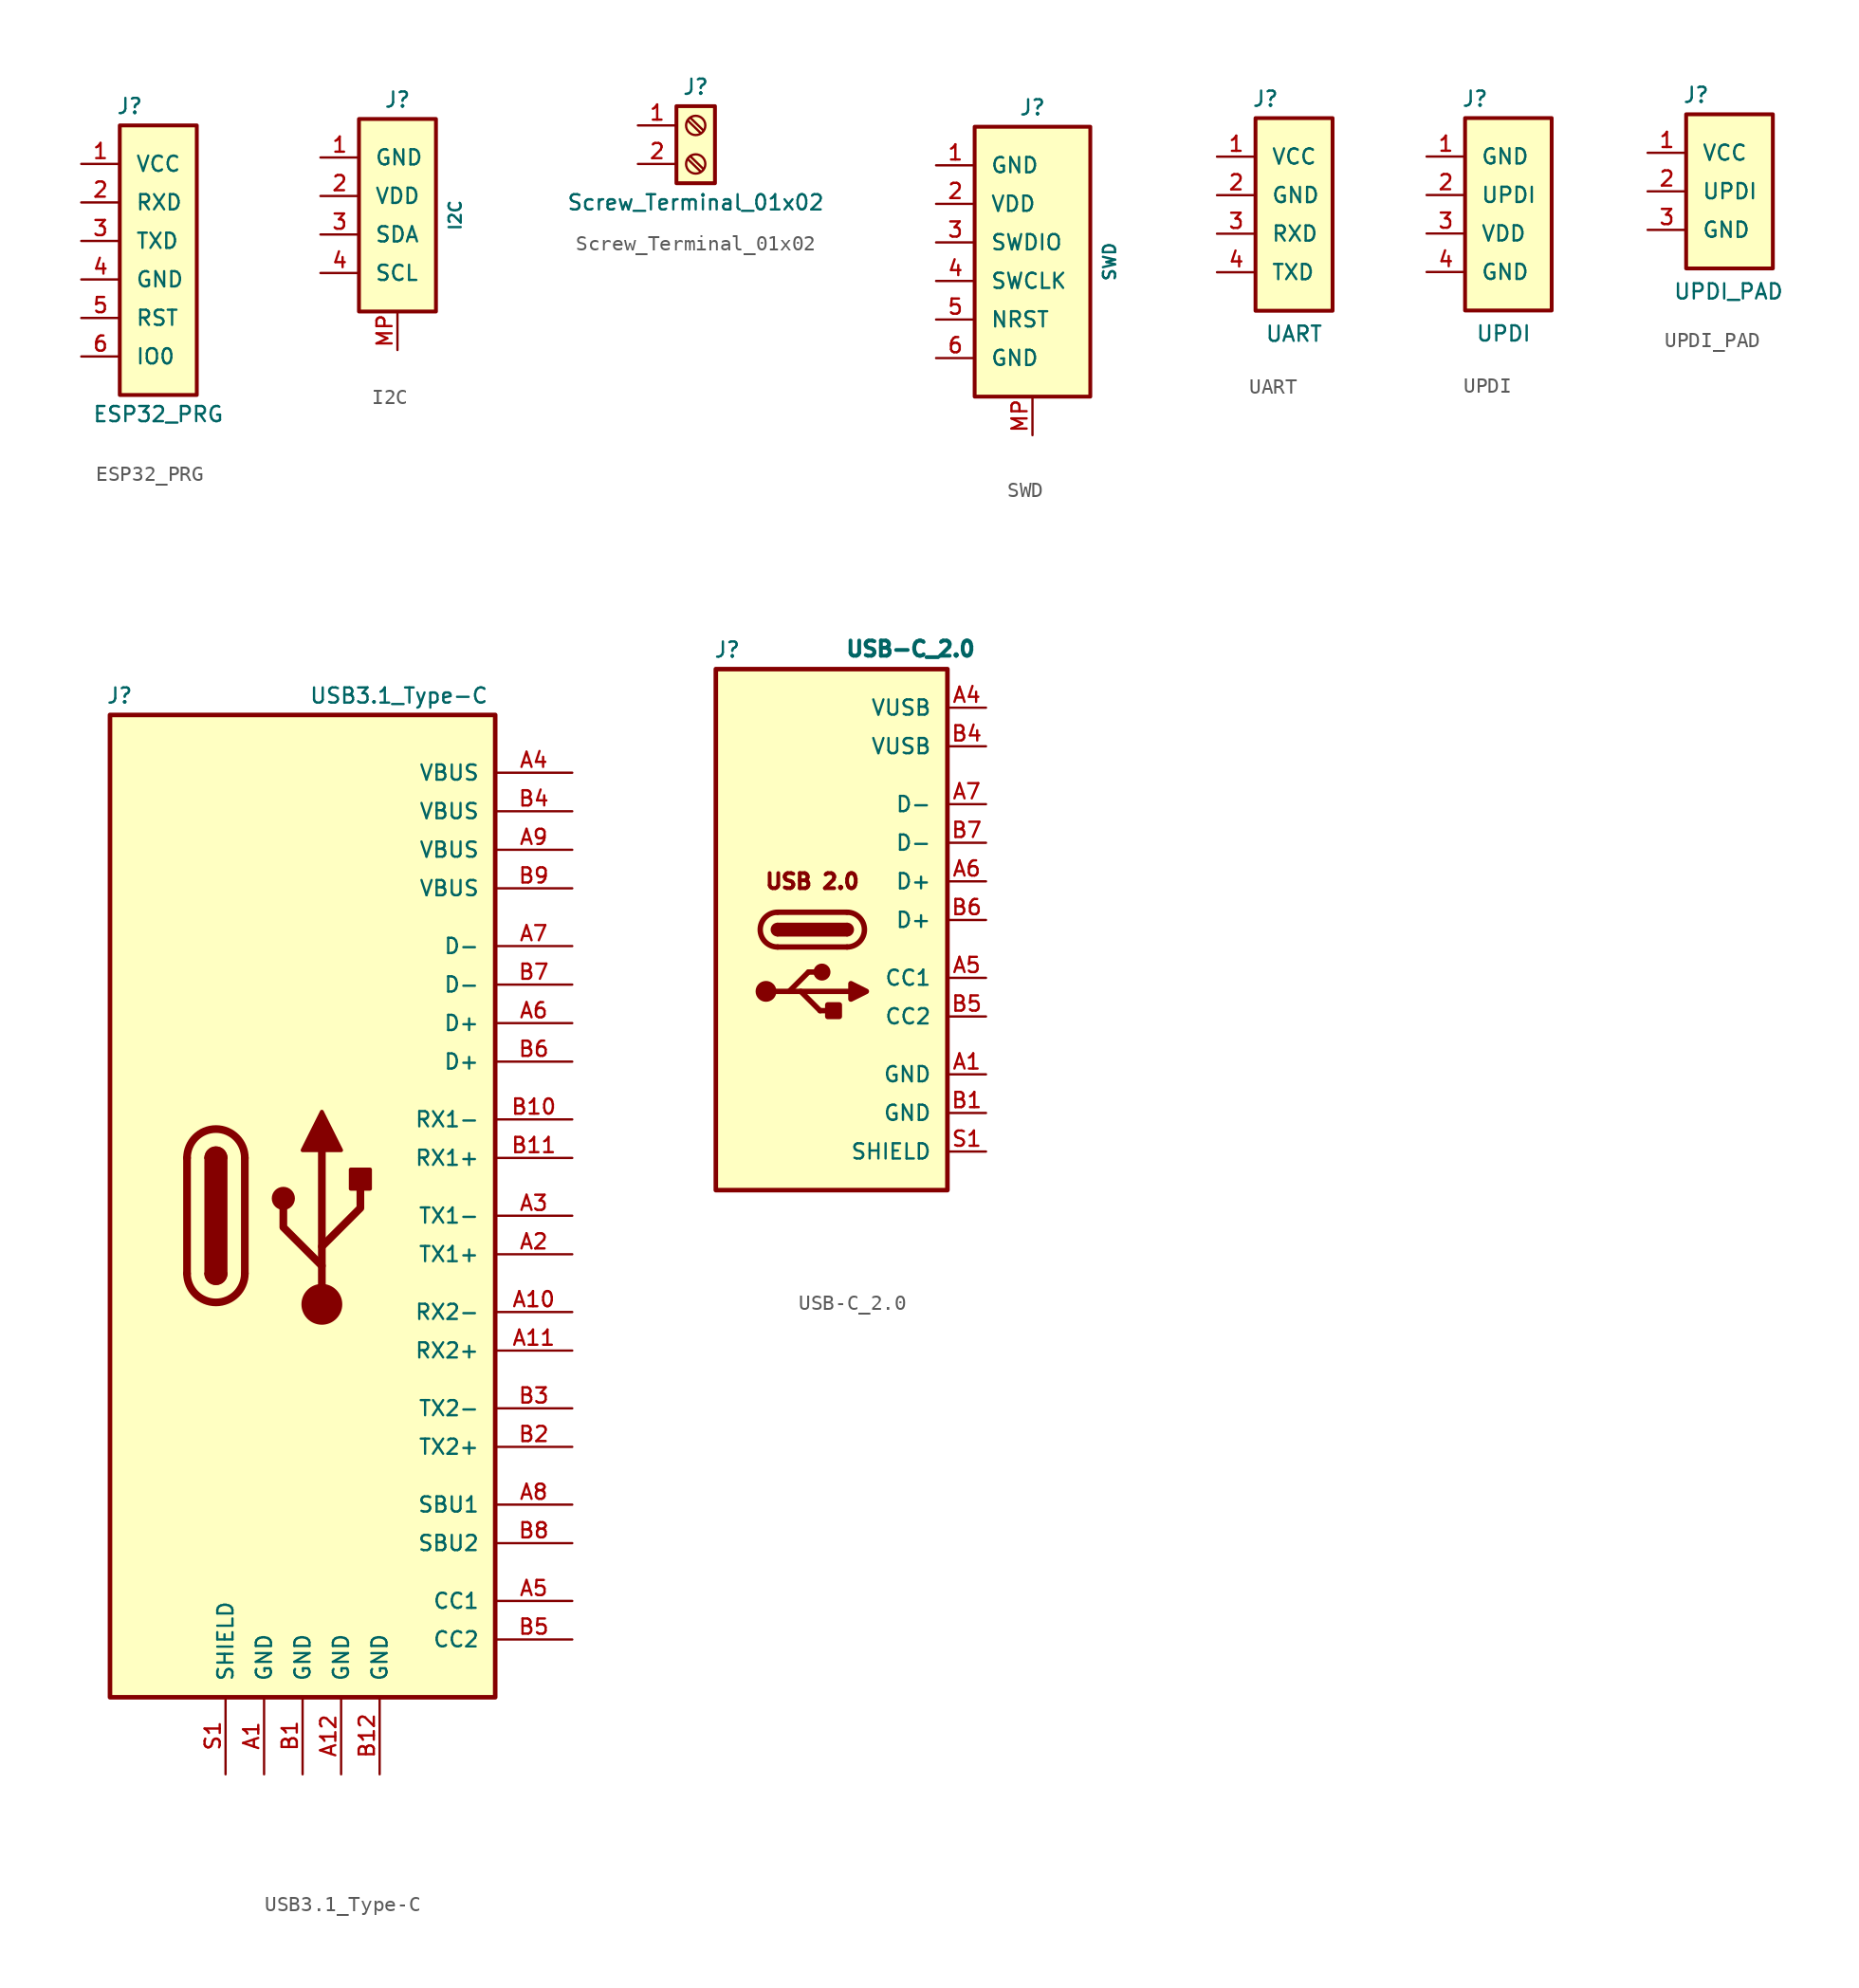
<source format=kicad_sym>
(kicad_symbol_lib
  (version 20201005)
  (generator kicad_symbol_editor)
  (symbol "HDLib_Connector:ESP32_PRG"
    (pin_names
      (offset 1.016))
    (property "Reference" "J"
      (at -2.794 8.89 0)
      (effects (font (size 1 1)) (justify left)))
    (property "Value" "ESP32_PRG"
      (at 0 -11.43 0)
      (effects (font (size 1 1))))
    (symbol "ESP32_PRG_0_1"
      (rectangle (start -2.54 7.62) (end 2.54 -10.16) (stroke (width 0.254)) (fill (type background))))
    (symbol "ESP32_PRG_1_1"
      (pin power_in line (at -5.08 5.08 0) (length 2.54) (name "VCC" (effects (font (size 1 1)))) (number "1" (effects (font (size 1 1)))))
      (pin passive line (at -5.08 2.54 0) (length 2.54) (name "RXD" (effects (font (size 1 1)))) (number "2" (effects (font (size 1 1)))))
      (pin passive line (at -5.08 0 0) (length 2.54) (name "TXD" (effects (font (size 1 1)))) (number "3" (effects (font (size 1 1)))))
      (pin power_in line (at -5.08 -2.54 0) (length 2.54) (name "GND" (effects (font (size 1 1)))) (number "4" (effects (font (size 1 1)))))
      (pin passive line (at -5.08 -5.08 0) (length 2.54) (name "RST" (effects (font (size 1 1)))) (number "5" (effects (font (size 1 1)))))
      (pin power_in line (at -5.08 -7.62 0) (length 2.54) (name "IO0" (effects (font (size 1 1)))) (number "6" (effects (font (size 1 1)))))))
  (symbol "HDLib_Connector:I2C"
    (pin_names
      (offset 1.016))
    (property "Reference" "J"
      (at 0 7.62 0)
      (effects (font (size 1 1))))
    (property "Value" "I2C"
      (at 3.81 0 90)
      (effects (font (size 0.8 0.8))))
    (symbol "I2C_0_1"
      (rectangle (start -2.54 6.35) (end 2.54 -6.35) (stroke (width 0.254)) (fill (type background))))
    (symbol "I2C_1_1"
      (pin power_in line (at -5.08 3.81 0) (length 2.54) (name "GND" (effects (font (size 1 1)))) (number "1" (effects (font (size 1 1)))))
      (pin power_in line (at -5.08 1.27 0) (length 2.54) (name "VDD" (effects (font (size 1 1)))) (number "2" (effects (font (size 1 1)))))
      (pin bidirectional line (at -5.08 -1.27 0) (length 2.54) (name "SDA" (effects (font (size 1 1)))) (number "3" (effects (font (size 1 1)))))
      (pin bidirectional line (at -5.08 -3.81 0) (length 2.54) (name "SCL" (effects (font (size 1 1)))) (number "4" (effects (font (size 1 1)))))
      (pin passive line (at 0 -8.89 90) (length 2.54) (name "~" (effects (font (size 1 1)))) (number "MP" (effects (font (size 1 1)))))))
  (symbol "HDLib_Connector:Screw_Terminal_01x02"
    (pin_names
      (offset 1.016) hide)
    (property "Reference" "J"
      (at 0 3.81 0)
      (effects (font (size 1 1))))
    (property "Value" "Screw_Terminal_01x02"
      (at 0 -3.81 0)
      (effects (font (size 1 1))))
    (symbol "Screw_Terminal_01x02_1_1"
      (circle (center 0 -1.27) (radius 0.635) (stroke (width 0.152)) (fill (type none)))
      (circle (center 0 1.27) (radius 0.635) (stroke (width 0.152)) (fill (type none)))
      (rectangle (start -1.27 2.54) (end 1.27 -2.54) (stroke (width 0.254)) (fill (type background)))
      (polyline (pts (xy -0.533 -0.94) (xy 0.33 -1.778)) (stroke (width 0.152)) (fill (type none)))
      (polyline (pts (xy -0.533 1.6) (xy 0.33 0.762)) (stroke (width 0.152)) (fill (type none)))
      (polyline (pts (xy -0.356 -0.762) (xy 0.508 -1.6)) (stroke (width 0.152)) (fill (type none)))
      (polyline (pts (xy -0.356 1.778) (xy 0.508 0.94)) (stroke (width 0.152)) (fill (type none)))
      (pin passive line (at -3.81 1.27 0) (length 2.54) (name "Pin_1" (effects (font (size 1 1)))) (number "1" (effects (font (size 1 1)))))
      (pin passive line (at -3.81 -1.27 0) (length 2.54) (name "Pin_2" (effects (font (size 1 1)))) (number "2" (effects (font (size 1 1)))))))
  (symbol "HDLib_Connector:SWD"
    (pin_names
      (offset 1.016))
    (property "Reference" "J"
      (at 0 10.16 0)
      (effects (font (size 1 1))))
    (property "Value" "SWD"
      (at 5.08 0 90)
      (effects (font (size 0.8 0.8))))
    (symbol "SWD_0_1"
      (rectangle (start -3.81 8.89) (end 3.81 -8.89) (stroke (width 0.254)) (fill (type background))))
    (symbol "SWD_1_1"
      (pin power_in line (at -6.35 6.35 0) (length 2.54) (name "GND" (effects (font (size 1 1)))) (number "1" (effects (font (size 1 1)))))
      (pin power_in line (at -6.35 3.81 0) (length 2.54) (name "VDD" (effects (font (size 1 1)))) (number "2" (effects (font (size 1 1)))))
      (pin bidirectional line (at -6.35 1.27 0) (length 2.54) (name "SWDIO" (effects (font (size 1 1)))) (number "3" (effects (font (size 1 1)))))
      (pin bidirectional line (at -6.35 -1.27 0) (length 2.54) (name "SWCLK" (effects (font (size 1 1)))) (number "4" (effects (font (size 1 1)))))
      (pin bidirectional line (at -6.35 -3.81 0) (length 2.54) (name "NRST" (effects (font (size 1 1)))) (number "5" (effects (font (size 1 1)))))
      (pin power_in line (at -6.35 -6.35 0) (length 2.54) (name "GND" (effects (font (size 1 1)))) (number "6" (effects (font (size 1 1)))))
      (pin passive line (at 0 -11.43 90) (length 2.54) (name "~" (effects (font (size 1 1)))) (number "MP" (effects (font (size 1 1)))))))
  (symbol "HDLib_Connector:UART"
    (pin_names
      (offset 1.016))
    (property "Reference" "J"
      (at -2.794 7.62 0)
      (effects (font (size 1 1)) (justify left)))
    (property "Value" "UART"
      (at 0 -7.874 0)
      (effects (font (size 1 1))))
    (symbol "UART_0_1"
      (rectangle (start -2.54 6.35) (end 2.54 -6.35) (stroke (width 0.254)) (fill (type background))))
    (symbol "UART_1_1"
      (pin power_in line (at -5.08 3.81 0) (length 2.54) (name "VCC" (effects (font (size 1 1)))) (number "1" (effects (font (size 1 1)))))
      (pin power_in line (at -5.08 1.27 0) (length 2.54) (name "GND" (effects (font (size 1 1)))) (number "2" (effects (font (size 1 1)))))
      (pin passive line (at -5.08 -1.27 0) (length 2.54) (name "RXD" (effects (font (size 1 1)))) (number "3" (effects (font (size 1 1)))))
      (pin passive line (at -5.08 -3.81 0) (length 2.54) (name "TXD" (effects (font (size 1 1)))) (number "4" (effects (font (size 1 1)))))))
  (symbol "HDLib_Connector:UPDI"
    (pin_names
      (offset 1.016))
    (property "Reference" "J"
      (at -2.794 7.62 0)
      (effects (font (size 1 1)) (justify left)))
    (property "Value" "UPDI"
      (at 0 -7.874 0)
      (effects (font (size 1 1))))
    (symbol "UPDI_0_1"
      (rectangle (start -2.54 6.35) (end 3.175 -6.35) (stroke (width 0.254)) (fill (type background))))
    (symbol "UPDI_1_1"
      (pin power_in line (at -5.08 3.81 0) (length 2.54) (name "GND" (effects (font (size 1 1)))) (number "1" (effects (font (size 1 1)))))
      (pin passive line (at -5.08 1.27 0) (length 2.54) (name "UPDI" (effects (font (size 1 1)))) (number "2" (effects (font (size 1 1)))))
      (pin power_in line (at -5.08 -1.27 0) (length 2.54) (name "VDD" (effects (font (size 1 1)))) (number "3" (effects (font (size 1 1)))))
      (pin power_in line (at -5.08 -3.81 0) (length 2.54) (name "GND" (effects (font (size 1 1)))) (number "4" (effects (font (size 1 1)))))))
  (symbol "HDLib_Connector:UPDI_PAD"
    (pin_names
      (offset 1.016))
    (property "Reference" "J"
      (at -2.794 6.35 0)
      (effects (font (size 1 1)) (justify left)))
    (property "Value" "UPDI_PAD"
      (at 0.254 -6.604 0)
      (effects (font (size 1 1))))
    (symbol "UPDI_PAD_0_1"
      (rectangle (start -2.54 5.08) (end 3.175 -5.08) (stroke (width 0.254)) (fill (type background))))
    (symbol "UPDI_PAD_1_1"
      (pin power_in line (at -5.08 2.54 0) (length 2.54) (name "VCC" (effects (font (size 1 1)))) (number "1" (effects (font (size 1 1)))))
      (pin bidirectional line (at -5.08 0 0) (length 2.54) (name "UPDI" (effects (font (size 1 1)))) (number "2" (effects (font (size 1 1)))))
      (pin power_in line (at -5.08 -2.54 0) (length 2.54) (name "GND" (effects (font (size 1 1)))) (number "3" (effects (font (size 1 1)))))))
  (symbol "HDLib_Connector:USB3.1_Type-C"
    (pin_names
      (offset 1))
    (property "Reference" "J"
      (at -12.065 34.29 0)
      (effects (font (size 1 1))))
    (property "Value" "USB3.1_Type-C"
      (at 6.35 34.29 0)
      (effects (font (size 1 1))))
    (symbol "USB3.1_Type-C_0_1"
      (arc (start -7.62 -3.81) (end -3.81 -3.81) (radius (at -5.715 -3.81) (length 1.905) (angles -179.9 -0.1)) (stroke (width 0.508)) (fill (type none)))
      (arc (start -6.35 -3.81) (end -5.08 -3.81) (radius (at -5.715 -3.81) (length 0.635) (angles -179.9 -0.1)) (stroke (width 0.254)) (fill (type none)))
      (arc (start -5.08 3.81) (end -6.35 3.81) (radius (at -5.715 3.81) (length 0.635) (angles 0.1 179.9)) (stroke (width 0.254)) (fill (type none)))
      (arc (start -3.81 3.81) (end -7.62 3.81) (radius (at -5.715 3.81) (length 1.905) (angles 0.1 179.9)) (stroke (width 0.508)) (fill (type none)))
      (arc (start -6.35 -3.81) (end -5.08 -3.81) (radius (at -5.715 -3.81) (length 0.635) (angles -179.9 -0.1)) (stroke (width 0.254)) (fill (type outline)))
      (arc (start -5.08 3.81) (end -6.35 3.81) (radius (at -5.715 3.81) (length 0.635) (angles 0.1 179.9)) (stroke (width 0.254)) (fill (type outline)))
      (rectangle (start -6.35 -3.81) (end -5.08 3.81) (stroke (width 0.254)) (fill (type outline)))
      (rectangle (start -12.7 33.02) (end 12.7 -31.75) (stroke (width 0.3)) (fill (type background)))
      (polyline (pts (xy -7.62 -3.81) (xy -7.62 3.81)) (stroke (width 0.508)) (fill (type none)))
      (polyline (pts (xy -3.81 3.81) (xy -3.81 -3.81)) (stroke (width 0.508)) (fill (type none))))
    (symbol "USB3.1_Type-C_1_1"
      (circle (center -1.27 1.143) (radius 0.635) (stroke (width 0.254)) (fill (type outline)))
      (circle (center 1.27 -5.842) (radius 1.27) (stroke (width 0)) (fill (type outline)))
      (rectangle (start 3.175 1.778) (end 4.445 3.048) (stroke (width 0.254)) (fill (type outline)))
      (polyline (pts (xy 1.27 -5.842) (xy 1.27 4.318)) (stroke (width 0.508)) (fill (type none)))
      (polyline (pts (xy 1.27 -3.302) (xy -1.27 -0.762) (xy -1.27 0.508)) (stroke (width 0.508)) (fill (type none)))
      (polyline (pts (xy 1.27 -2.032) (xy 3.81 0.508) (xy 3.81 1.778)) (stroke (width 0.508)) (fill (type none)))
      (polyline (pts (xy 0 4.318) (xy 1.27 6.858) (xy 2.54 4.318) (xy 0 4.318)) (stroke (width 0.254)) (fill (type outline)))
      (pin power_in line (at -2.54 -36.83 90) (length 5.08) (name "GND" (effects (font (size 1 1)))) (number "A1" (effects (font (size 1 1)))))
      (pin bidirectional line (at 17.78 -6.35 180) (length 5.08) (name "RX2-" (effects (font (size 1 1)))) (number "A10" (effects (font (size 1 1)))))
      (pin bidirectional line (at 17.78 -8.89 180) (length 5.08) (name "RX2+" (effects (font (size 1 1)))) (number "A11" (effects (font (size 1 1)))))
      (pin power_in line (at 2.54 -36.83 90) (length 5.08) (name "GND" (effects (font (size 1 1)))) (number "A12" (effects (font (size 1 1)))))
      (pin bidirectional line (at 17.78 -2.54 180) (length 5.08) (name "TX1+" (effects (font (size 1 1)))) (number "A2" (effects (font (size 1 1)))))
      (pin bidirectional line (at 17.78 0 180) (length 5.08) (name "TX1-" (effects (font (size 1 1)))) (number "A3" (effects (font (size 1 1)))))
      (pin power_in line (at 17.78 29.21 180) (length 5.08) (name "VBUS" (effects (font (size 1 1)))) (number "A4" (effects (font (size 1 1)))))
      (pin bidirectional line (at 17.78 -25.4 180) (length 5.08) (name "CC1" (effects (font (size 1 1)))) (number "A5" (effects (font (size 1 1)))))
      (pin bidirectional line (at 17.78 12.7 180) (length 5.08) (name "D+" (effects (font (size 1 1)))) (number "A6" (effects (font (size 1 1)))))
      (pin bidirectional line (at 17.78 17.78 180) (length 5.08) (name "D-" (effects (font (size 1 1)))) (number "A7" (effects (font (size 1 1)))))
      (pin bidirectional line (at 17.78 -19.05 180) (length 5.08) (name "SBU1" (effects (font (size 1 1)))) (number "A8" (effects (font (size 1 1)))))
      (pin power_in line (at 17.78 24.13 180) (length 5.08) (name "VBUS" (effects (font (size 1 1)))) (number "A9" (effects (font (size 1 1)))))
      (pin power_in line (at 0 -36.83 90) (length 5.08) (name "GND" (effects (font (size 1 1)))) (number "B1" (effects (font (size 1 1)))))
      (pin bidirectional line (at 17.78 6.35 180) (length 5.08) (name "RX1-" (effects (font (size 1 1)))) (number "B10" (effects (font (size 1 1)))))
      (pin bidirectional line (at 17.78 3.81 180) (length 5.08) (name "RX1+" (effects (font (size 1 1)))) (number "B11" (effects (font (size 1 1)))))
      (pin power_in line (at 5.08 -36.83 90) (length 5.08) (name "GND" (effects (font (size 1 1)))) (number "B12" (effects (font (size 1 1)))))
      (pin bidirectional line (at 17.78 -15.24 180) (length 5.08) (name "TX2+" (effects (font (size 1 1)))) (number "B2" (effects (font (size 1 1)))))
      (pin bidirectional line (at 17.78 -12.7 180) (length 5.08) (name "TX2-" (effects (font (size 1 1)))) (number "B3" (effects (font (size 1 1)))))
      (pin power_in line (at 17.78 26.67 180) (length 5.08) (name "VBUS" (effects (font (size 1 1)))) (number "B4" (effects (font (size 1 1)))))
      (pin bidirectional line (at 17.78 -27.94 180) (length 5.08) (name "CC2" (effects (font (size 1 1)))) (number "B5" (effects (font (size 1 1)))))
      (pin bidirectional line (at 17.78 10.16 180) (length 5.08) (name "D+" (effects (font (size 1 1)))) (number "B6" (effects (font (size 1 1)))))
      (pin bidirectional line (at 17.78 15.24 180) (length 5.08) (name "D-" (effects (font (size 1 1)))) (number "B7" (effects (font (size 1 1)))))
      (pin bidirectional line (at 17.78 -21.59 180) (length 5.08) (name "SBU2" (effects (font (size 1 1)))) (number "B8" (effects (font (size 1 1)))))
      (pin power_in line (at 17.78 21.59 180) (length 5.08) (name "VBUS" (effects (font (size 1 1)))) (number "B9" (effects (font (size 1 1)))))
      (pin passive line (at -5.08 -36.83 90) (length 5.08) (name "SHIELD" (effects (font (size 1 1)))) (number "S1" (effects (font (size 1 1)))))))
  (symbol "HDLib_Connector:USB-C_2.0"
    (pin_names
      (offset 1.016))
    (property "Reference" "J"
      (at -6.87 17.782 0)
      (effects (font (size 1 1))))
    (property "Value" "USB-C_2.0"
      (at 5.196 17.839 0)
      (effects (font (size 1 1) (thickness 20785.034))))
    (symbol "USB-C_2.0_0_0"
      (text "USB 2.0" (at -1.27 2.54 0) (effects (font (size 0.991 0.991) (thickness 20147.697) bold))))
    (symbol "USB-C_2.0_0_1"
      (arc (start -3.556 0.508) (end -3.556 -1.778) (radius (at -3.556 -0.635) (length 1.143) (angles 90.1 -90.1)) (stroke (width 0.3556)) (fill (type none)))
      (arc (start 1.016 -1.778) (end 1.016 0.508) (radius (at 1.016 -0.635) (length 1.143) (angles -89.9 89.9)) (stroke (width 0.3556)) (fill (type none)))
      (arc (start -3.556 -0.254) (end -3.556 -1.016) (radius (at -3.556 -0.635) (length 0.381) (angles 90.1 -90.1)) (stroke (width 0)) (fill (type outline)))
      (arc (start 1.016 -1.016) (end 1.016 -0.254) (radius (at 1.016 -0.635) (length 0.381) (angles -89.9 89.9)) (stroke (width 0)) (fill (type outline)))
      (circle (center -4.318 -4.699) (radius 0.508) (stroke (width 0.356)) (fill (type outline)))
      (circle (center -0.635 -3.429) (radius 0.381) (stroke (width 0.356)) (fill (type outline)))
      (rectangle (start 0.508 -5.588) (end -0.254 -6.35) (stroke (width 0.356)) (fill (type outline)))
      (rectangle (start 1.016 -0.254) (end -3.556 -1.016) (stroke (width 0)) (fill (type outline)))
      (rectangle (start -7.62 16.51) (end 7.62 -17.78) (stroke (width 0.3)) (fill (type background)))
      (polyline (pts (xy -4.318 -4.699) (xy 1.27 -4.699)) (stroke (width 0.356)) (fill (type none)))
      (polyline (pts (xy -3.556 0.508) (xy 1.016 0.508)) (stroke (width 0.356)) (fill (type none)))
      (polyline (pts (xy -2.794 -4.699) (xy -1.524 -3.429)) (stroke (width 0.356)) (fill (type none)))
      (polyline (pts (xy -1.524 -3.429) (xy -0.762 -3.429)) (stroke (width 0.356)) (fill (type none)))
      (polyline (pts (xy -0.762 -5.969) (xy -2.032 -4.699)) (stroke (width 0.356)) (fill (type none)))
      (polyline (pts (xy -0.762 -5.969) (xy 0 -5.969)) (stroke (width 0.356)) (fill (type none)))
      (polyline (pts (xy 1.016 -1.778) (xy -3.556 -1.778)) (stroke (width 0.356)) (fill (type none)))
      (polyline (pts (xy 1.27 -4.699) (xy 1.27 -5.207) (xy 2.286 -4.699) (xy 1.27 -4.191) (xy 1.27 -4.699)) (stroke (width 0.356)) (fill (type outline))))
    (symbol "USB-C_2.0_1_1"
      (pin power_in line (at 10.16 -10.16 180) (length 2.54) (name "GND" (effects (font (size 1 1)))) (number "A1" (effects (font (size 1 1)))))
      (pin power_in line (at 10.16 13.97 180) (length 2.54) (name "VUSB" (effects (font (size 1 1)))) (number "A4" (effects (font (size 1 1)))))
      (pin bidirectional line (at 10.16 -3.81 180) (length 2.54) (name "CC1" (effects (font (size 1 1)))) (number "A5" (effects (font (size 1 1)))))
      (pin bidirectional line (at 10.16 2.54 180) (length 2.54) (name "D+" (effects (font (size 1 1)))) (number "A6" (effects (font (size 1 1)))))
      (pin bidirectional line (at 10.16 7.62 180) (length 2.54) (name "D-" (effects (font (size 1 1)))) (number "A7" (effects (font (size 1 1)))))
      (pin no_connect line (at -2.54 -20.32 90) (length 2.54) hide (name "SBU1" (effects (font (size 0.991 0.991)))) (number "A8" (effects (font (size 0.991 0.991)))))
      (pin power_in line (at 10.16 -12.7 180) (length 2.54) (name "GND" (effects (font (size 1 1)))) (number "B1" (effects (font (size 1 1)))))
      (pin power_in line (at 10.16 11.43 180) (length 2.54) (name "VUSB" (effects (font (size 1 1)))) (number "B4" (effects (font (size 1 1)))))
      (pin bidirectional line (at 10.16 -6.35 180) (length 2.54) (name "CC2" (effects (font (size 1 1)))) (number "B5" (effects (font (size 1 1)))))
      (pin bidirectional line (at 10.16 0 180) (length 2.54) (name "D+" (effects (font (size 1 1)))) (number "B6" (effects (font (size 1 1)))))
      (pin bidirectional line (at 10.16 5.08 180) (length 2.54) (name "D-" (effects (font (size 1 1)))) (number "B7" (effects (font (size 1 1)))))
      (pin no_connect line (at -5.08 -20.32 90) (length 2.54) hide (name "SBU2" (effects (font (size 0.991 0.991)))) (number "B8" (effects (font (size 0.991 0.991)))))
      (pin passive line (at 10.16 -15.24 180) (length 2.54) (name "SHIELD" (effects (font (size 1 1)))) (number "S1" (effects (font (size 1 1))))))))
</source>
